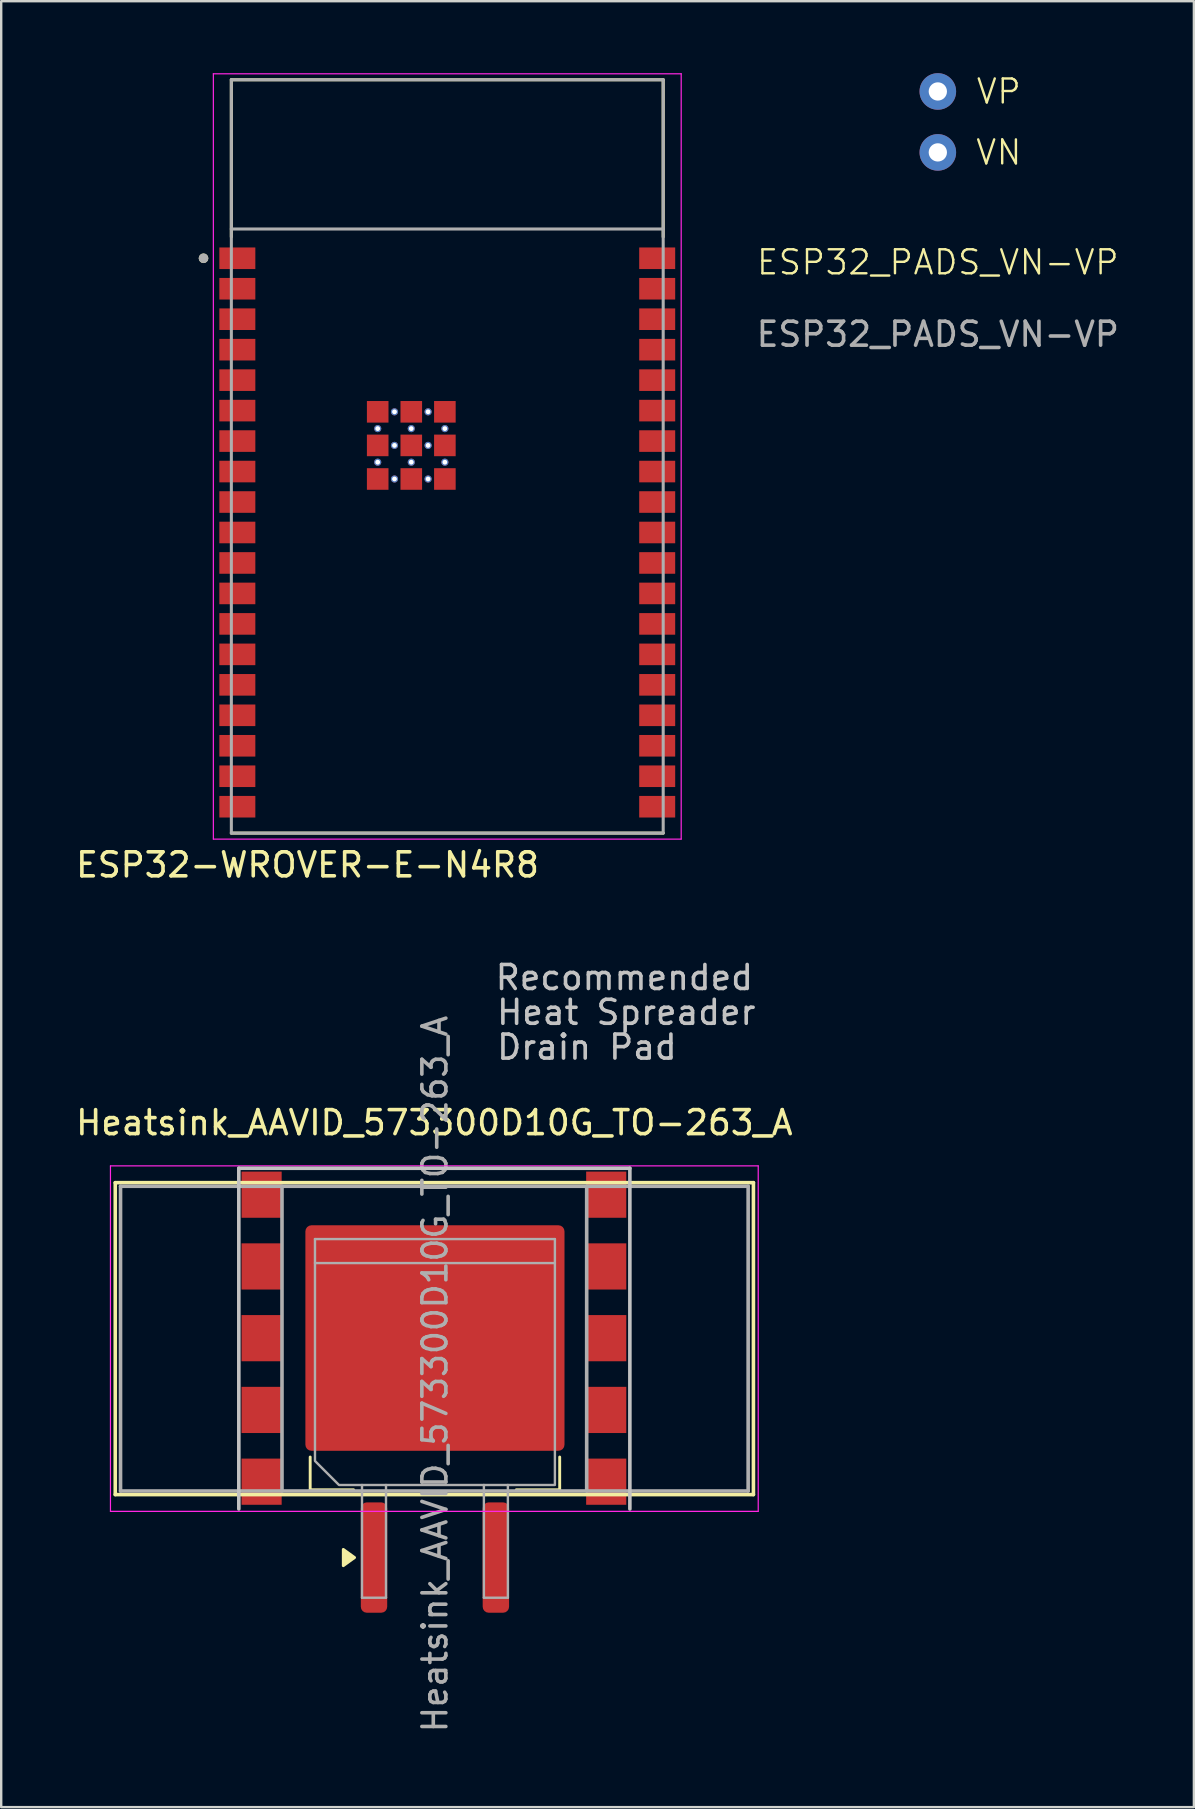
<source format=kicad_pcb>
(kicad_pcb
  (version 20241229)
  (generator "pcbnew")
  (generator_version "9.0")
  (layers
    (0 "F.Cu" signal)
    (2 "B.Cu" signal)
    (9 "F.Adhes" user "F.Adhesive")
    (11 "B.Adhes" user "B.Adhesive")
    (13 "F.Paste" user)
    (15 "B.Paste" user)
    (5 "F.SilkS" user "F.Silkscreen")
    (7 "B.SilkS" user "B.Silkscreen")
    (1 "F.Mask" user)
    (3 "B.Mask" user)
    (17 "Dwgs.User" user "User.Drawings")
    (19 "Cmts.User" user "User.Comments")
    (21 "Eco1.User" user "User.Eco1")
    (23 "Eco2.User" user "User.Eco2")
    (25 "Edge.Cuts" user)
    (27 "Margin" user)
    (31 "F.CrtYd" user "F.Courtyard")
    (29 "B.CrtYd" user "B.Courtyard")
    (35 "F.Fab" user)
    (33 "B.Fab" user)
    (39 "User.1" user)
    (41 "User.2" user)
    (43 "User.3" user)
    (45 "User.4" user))
  (footprint "ESP32_PADS_VN-VP"
    (layer "F.Cu")
    (at 36.04 8.382)
    (property "Reference" "ESP32_PADS_VN-VP" (at 0 -0.5 0) (unlocked yes) (layer "F.SilkS") (effects (font (size 1 1) (thickness 0.1))))
    (attr through_hole)
    (fp_text user "VN" (at 2.54 -5.08 0) (unlocked yes) (layer "F.SilkS") (effects (font (size 1 1) (thickness 0.1))))
    (fp_text user "VP" (at 2.54 -7.62 0) (unlocked yes) (layer "F.SilkS") (effects (font (size 1 1) (thickness 0.1))))
    (fp_text user "${REFERENCE}" (at 0 2.5 0) (unlocked yes) (layer "F.Fab") (effects (font (size 1 1) (thickness 0.15))))
    (pad "4" thru_hole circle (at 0 -7.62) (size 1.524 1.524) (drill 0.762) (layers "*.Cu" "*.Mask"))
    (pad "5" thru_hole circle (at 0 -5.08) (size 1.524 1.524) (drill 0.762) (layers "*.Cu" "*.Mask")))
  (footprint "Heatsink_AAVID_573300D10G_TO-263_A"
    (layer "F.Cu")
    (at 15.054 52.746)
    (property "Reference" "Heatsink_AAVID_573300D10G_TO-263_A" (at 0 -9 0) (layer "F.SilkS") (effects (font (size 1 1) (thickness 0.15))))
    (attr smd)
    (fp_line (start -13.3 -6.5) (end 13.3 -6.5) (stroke (width 0.15) (type solid)) (layer "F.SilkS"))
    (fp_line (start -13.3 6.5) (end -13.3 -6.5) (stroke (width 0.15) (type solid)) (layer "F.SilkS"))
    (fp_line (start -13.3 6.5) (end 13.3 6.5) (stroke (width 0.15) (type solid)) (layer "F.SilkS"))
    (fp_line (start -5.175 4.935) (end -5.175 6.3) (stroke (width 0.12) (type solid)) (layer "F.SilkS"))
    (fp_line (start -5.175 6.3) (end -3.365 6.3) (stroke (width 0.12) (type solid)) (layer "F.SilkS"))
    (fp_line (start 5.225 4.935) (end 5.225 6.3) (stroke (width 0.12) (type solid)) (layer "F.SilkS"))
    (fp_line (start 5.225 6.3) (end 3.415 6.3) (stroke (width 0.12) (type solid)) (layer "F.SilkS"))
    (fp_line (start 13.3 -6.5) (end 13.3 6.5) (stroke (width 0.15) (type solid)) (layer "F.SilkS"))
    (fp_poly (pts (xy -3.325 9.125) (xy -3.795 9.465) (xy -3.795 8.785)) (stroke (width 0.12) (type solid)) (fill yes) (layer "F.SilkS"))
    (fp_line (start -8.15 -7.1) (end 8.15 -7.1) (stroke (width 0.15) (type solid)) (layer "Dwgs.User"))
    (fp_line (start -8.15 7.1) (end -8.15 -7.1) (stroke (width 0.15) (type solid)) (layer "Dwgs.User"))
    (fp_line (start 8.15 7.1) (end 8.15 -7.1) (stroke (width 0.15) (type solid)) (layer "Dwgs.User"))
    (fp_line (start -13.5 -7.2) (end -13.5 7.2) (stroke (width 0.05) (type solid)) (layer "F.CrtYd"))
    (fp_line (start 13.5 -7.2) (end -13.5 -7.2) (stroke (width 0.05) (type solid)) (layer "F.CrtYd"))
    (fp_line (start 13.5 7.2) (end -13.5 7.2) (stroke (width 0.05) (type solid)) (layer "F.CrtYd"))
    (fp_line (start 13.5 7.2) (end 13.5 -7.2) (stroke (width 0.05) (type solid)) (layer "F.CrtYd"))
    (fp_line (start -13.08 -6.35) (end 13.08 -6.35) (stroke (width 0.15) (type solid)) (layer "F.Fab"))
    (fp_line (start -13.08 6.35) (end -13.08 -6.35) (stroke (width 0.15) (type solid)) (layer "F.Fab"))
    (fp_line (start -6.35 6.35) (end -6.35 -6.35) (stroke (width 0.15) (type solid)) (layer "F.Fab"))
    (fp_line (start -4.975 -4.15) (end 5.025 -4.15) (stroke (width 0.1) (type solid)) (layer "F.Fab"))
    (fp_line (start -4.975 -3.15) (end -4.975 -4.15) (stroke (width 0.1) (type solid)) (layer "F.Fab"))
    (fp_line (start -3.015 6.1) (end -3.015 10.8) (stroke (width 0.1) (type solid)) (layer "F.Fab"))
    (fp_line (start -3.015 10.8) (end -2.015 10.8) (stroke (width 0.1) (type solid)) (layer "F.Fab"))
    (fp_line (start -2.015 10.8) (end -2.015 6.1) (stroke (width 0.1) (type solid)) (layer "F.Fab"))
    (fp_line (start 2.065 6.1) (end 2.065 10.8) (stroke (width 0.1) (type solid)) (layer "F.Fab"))
    (fp_line (start 2.065 10.8) (end 3.065 10.8) (stroke (width 0.1) (type solid)) (layer "F.Fab"))
    (fp_line (start 3.065 10.8) (end 3.065 6.1) (stroke (width 0.1) (type solid)) (layer "F.Fab"))
    (fp_line (start 5.025 -4.15) (end 5.025 -3.15) (stroke (width 0.1) (type solid)) (layer "F.Fab"))
    (fp_line (start 6.35 6.35) (end 6.35 -6.35) (stroke (width 0.15) (type solid)) (layer "F.Fab"))
    (fp_line (start 13.08 -6.35) (end 13.08 6.35) (stroke (width 0.15) (type solid)) (layer "F.Fab"))
    (fp_line (start 13.08 6.35) (end -13.08 6.35) (stroke (width 0.15) (type solid)) (layer "F.Fab"))
    (fp_poly (pts (xy -4.975 -3.15) (xy 5.025 -3.15) (xy 5.025 6.1) (xy -3.975 6.1) (xy -4.975 5.1)) (stroke (width 0.1) (type solid)) (fill no) (layer "F.Fab"))
    (fp_text user "Recommended" (at 7.92 -15.05 0) (layer "Dwgs.User") (effects (font (size 1 1) (thickness 0.15))))
    (fp_text user "Heat Spreader" (at 8 -13.6 0) (layer "Dwgs.User") (effects (font (size 1 1) (thickness 0.15))))
    (fp_text user "Drain Pad" (at 6.36 -12.15 0) (layer "Dwgs.User") (effects (font (size 1 1) (thickness 0.15))))
    (fp_text user "${REFERENCE}" (at 0.025 1.475 90) (layer "F.Fab") (effects (font (size 1 1) (thickness 0.15))))
    (pad "" smd roundrect (at -2.75 -2.45 90) (size 4.55 5.25) (layers "F.Paste") (roundrect_rratio 0.055))
    (pad "" smd roundrect (at -2.75 2.4 90) (size 4.55 5.25) (layers "F.Paste") (roundrect_rratio 0.055))
    (pad "" smd roundrect (at 2.8 -2.45 90) (size 4.55 5.25) (layers "F.Paste") (roundrect_rratio 0.055))
    (pad "" smd roundrect (at 2.8 2.4 90) (size 4.55 5.25) (layers "F.Paste") (roundrect_rratio 0.055))
    (pad "1" smd roundrect (at -2.515 9.125 90) (size 4.6 1.1) (layers "F.Cu" "F.Mask" "F.Paste") (roundrect_rratio 0.227))
    (pad "2" smd rect (at -7.2 -6) (size 1.673 1.925) (layers "F.Cu" "F.Mask" "F.Paste"))
    (pad "2" smd rect (at -7.2 -3.009) (size 1.673 1.925) (layers "F.Cu" "F.Mask" "F.Paste"))
    (pad "2" smd rect (at -7.2 -0.019) (size 1.673 1.925) (layers "F.Cu" "F.Mask" "F.Paste"))
    (pad "2" smd rect (at -7.2 2.972) (size 1.673 1.925) (layers "F.Cu" "F.Mask" "F.Paste"))
    (pad "2" smd rect (at -7.2 5.963) (size 1.673 1.925) (layers "F.Cu" "F.Mask" "F.Paste"))
    (pad "2" smd roundrect (at 0.025 -0.025 90) (size 9.4 10.8) (layers "F.Cu" "F.Mask") (roundrect_rratio 0.027))
    (pad "2" smd rect (at 7.164 -6) (size 1.673 1.925) (layers "F.Cu" "F.Mask" "F.Paste"))
    (pad "2" smd rect (at 7.164 -3.009) (size 1.673 1.925) (layers "F.Cu" "F.Mask" "F.Paste"))
    (pad "2" smd rect (at 7.164 -0.019) (size 1.673 1.925) (layers "F.Cu" "F.Mask" "F.Paste"))
    (pad "2" smd rect (at 7.164 2.972) (size 1.673 1.925) (layers "F.Cu" "F.Mask" "F.Paste"))
    (pad "2" smd rect (at 7.164 5.963) (size 1.673 1.925) (layers "F.Cu" "F.Mask" "F.Paste"))
    (pad "3" smd roundrect (at 2.565 9.125 90) (size 4.6 1.1) (layers "F.Cu" "F.Mask" "F.Paste") (roundrect_rratio 0.227)))
  (footprint "ESP32-WROVER-E-N4R8"
    (layer "F.Cu")
    (at 15.593 15.975)
    (property "Reference" "ESP32-WROVER-E-N4R8" (at -5.825 17.025 0) (layer "F.SilkS") (effects (font (size 1 1) (thickness 0.15))))
    (attr smd)
    (fp_line (start -9 -15.7) (end -9 -9.15) (stroke (width 0.127) (type solid)) (layer "F.SilkS"))
    (fp_line (start -9 15.7) (end 9 15.7) (stroke (width 0.127) (type solid)) (layer "F.SilkS"))
    (fp_line (start 9 -15.7) (end -9 -15.7) (stroke (width 0.127) (type solid)) (layer "F.SilkS"))
    (fp_line (start 9 -9.15) (end 9 -15.7) (stroke (width 0.127) (type solid)) (layer "F.SilkS"))
    (fp_circle (center -10.16 -8.26) (end -10.06 -8.26) (stroke (width 0.2) (type solid)) (fill no) (layer "F.SilkS"))
    (fp_line (start -9.75 -15.95) (end -9.75 15.95) (stroke (width 0.05) (type solid)) (layer "F.CrtYd"))
    (fp_line (start -9.75 15.95) (end 9.75 15.95) (stroke (width 0.05) (type solid)) (layer "F.CrtYd"))
    (fp_line (start 9.75 -15.95) (end -9.75 -15.95) (stroke (width 0.05) (type solid)) (layer "F.CrtYd"))
    (fp_line (start 9.75 15.95) (end 9.75 -15.95) (stroke (width 0.05) (type solid)) (layer "F.CrtYd"))
    (fp_line (start -9 -15.7) (end -9 -9.48) (stroke (width 0.127) (type solid)) (layer "F.Fab"))
    (fp_line (start -9 -9.48) (end -9 15.7) (stroke (width 0.127) (type solid)) (layer "F.Fab"))
    (fp_line (start -9 15.7) (end 9 15.7) (stroke (width 0.127) (type solid)) (layer "F.Fab"))
    (fp_line (start 9 -15.7) (end -9 -15.7) (stroke (width 0.127) (type solid)) (layer "F.Fab"))
    (fp_line (start 9 -9.48) (end -9 -9.48) (stroke (width 0.127) (type solid)) (layer "F.Fab"))
    (fp_line (start 9 -9.48) (end 9 -15.7) (stroke (width 0.127) (type solid)) (layer "F.Fab"))
    (fp_line (start 9 15.7) (end 9 -9.48) (stroke (width 0.127) (type solid)) (layer "F.Fab"))
    (fp_circle (center -10.16 -8.26) (end -10.06 -8.26) (stroke (width 0.2) (type solid)) (fill no) (layer "F.Fab"))
    (pad "1" smd rect (at -8.75 -8.26) (size 1.5 0.9) (layers "F.Cu" "F.Mask" "F.Paste"))
    (pad "2" smd rect (at -8.75 -6.99) (size 1.5 0.9) (layers "F.Cu" "F.Mask" "F.Paste"))
    (pad "3" smd rect (at -8.75 -5.72) (size 1.5 0.9) (layers "F.Cu" "F.Mask" "F.Paste"))
    (pad "4" smd rect (at -8.75 -4.45) (size 1.5 0.9) (layers "F.Cu" "F.Mask" "F.Paste"))
    (pad "5" smd rect (at -8.75 -3.18) (size 1.5 0.9) (layers "F.Cu" "F.Mask" "F.Paste"))
    (pad "6" smd rect (at -8.75 -1.91) (size 1.5 0.9) (layers "F.Cu" "F.Mask" "F.Paste"))
    (pad "7" smd rect (at -8.75 -0.64) (size 1.5 0.9) (layers "F.Cu" "F.Mask" "F.Paste"))
    (pad "8" smd rect (at -8.75 0.63) (size 1.5 0.9) (layers "F.Cu" "F.Mask" "F.Paste"))
    (pad "9" smd rect (at -8.75 1.9) (size 1.5 0.9) (layers "F.Cu" "F.Mask" "F.Paste"))
    (pad "10" smd rect (at -8.75 3.17) (size 1.5 0.9) (layers "F.Cu" "F.Mask" "F.Paste"))
    (pad "11" smd rect (at -8.75 4.44) (size 1.5 0.9) (layers "F.Cu" "F.Mask" "F.Paste"))
    (pad "12" smd rect (at -8.75 5.71) (size 1.5 0.9) (layers "F.Cu" "F.Mask" "F.Paste"))
    (pad "13" smd rect (at -8.75 6.98) (size 1.5 0.9) (layers "F.Cu" "F.Mask" "F.Paste"))
    (pad "14" smd rect (at -8.75 8.25) (size 1.5 0.9) (layers "F.Cu" "F.Mask" "F.Paste"))
    (pad "15" smd rect (at -8.75 9.52) (size 1.5 0.9) (layers "F.Cu" "F.Mask" "F.Paste"))
    (pad "16" smd rect (at -8.75 10.79) (size 1.5 0.9) (layers "F.Cu" "F.Mask" "F.Paste"))
    (pad "17" smd rect (at -8.75 12.06) (size 1.5 0.9) (layers "F.Cu" "F.Mask" "F.Paste"))
    (pad "18" smd rect (at -8.75 13.33) (size 1.5 0.9) (layers "F.Cu" "F.Mask" "F.Paste"))
    (pad "19" smd rect (at -8.75 14.6) (size 1.5 0.9) (layers "F.Cu" "F.Mask" "F.Paste"))
    (pad "20" smd rect (at 8.75 14.6) (size 1.5 0.9) (layers "F.Cu" "F.Mask" "F.Paste"))
    (pad "21" smd rect (at 8.75 13.33) (size 1.5 0.9) (layers "F.Cu" "F.Mask" "F.Paste"))
    (pad "22" smd rect (at 8.75 12.06) (size 1.5 0.9) (layers "F.Cu" "F.Mask" "F.Paste"))
    (pad "23" smd rect (at 8.75 10.79) (size 1.5 0.9) (layers "F.Cu" "F.Mask" "F.Paste"))
    (pad "24" smd rect (at 8.75 9.52) (size 1.5 0.9) (layers "F.Cu" "F.Mask" "F.Paste"))
    (pad "25" smd rect (at 8.75 8.25) (size 1.5 0.9) (layers "F.Cu" "F.Mask" "F.Paste"))
    (pad "26" smd rect (at 8.75 6.98) (size 1.5 0.9) (layers "F.Cu" "F.Mask" "F.Paste"))
    (pad "27" smd rect (at 8.75 5.71) (size 1.5 0.9) (layers "F.Cu" "F.Mask" "F.Paste"))
    (pad "28" smd rect (at 8.75 4.44) (size 1.5 0.9) (layers "F.Cu" "F.Mask" "F.Paste"))
    (pad "29" smd rect (at 8.75 3.17) (size 1.5 0.9) (layers "F.Cu" "F.Mask" "F.Paste"))
    (pad "30" smd rect (at 8.75 1.9) (size 1.5 0.9) (layers "F.Cu" "F.Mask" "F.Paste"))
    (pad "31" smd rect (at 8.75 0.63) (size 1.5 0.9) (layers "F.Cu" "F.Mask" "F.Paste"))
    (pad "32" smd rect (at 8.75 -0.64) (size 1.5 0.9) (layers "F.Cu" "F.Mask" "F.Paste"))
    (pad "33" smd rect (at 8.75 -1.91) (size 1.5 0.9) (layers "F.Cu" "F.Mask" "F.Paste"))
    (pad "34" smd rect (at 8.75 -3.18) (size 1.5 0.9) (layers "F.Cu" "F.Mask" "F.Paste"))
    (pad "35" smd rect (at 8.75 -4.45) (size 1.5 0.9) (layers "F.Cu" "F.Mask" "F.Paste"))
    (pad "36" smd rect (at 8.75 -5.72) (size 1.5 0.9) (layers "F.Cu" "F.Mask" "F.Paste"))
    (pad "37" smd rect (at 8.75 -6.99) (size 1.5 0.9) (layers "F.Cu" "F.Mask" "F.Paste"))
    (pad "38" smd rect (at 8.75 -8.26) (size 1.5 0.9) (layers "F.Cu" "F.Mask" "F.Paste"))
    (pad "39_1" smd rect (at -2.9 -1.86) (size 0.9 0.9) (layers "F.Cu" "F.Mask" "F.Paste"))
    (pad "39_2" smd rect (at -1.5 -1.86) (size 0.9 0.9) (layers "F.Cu" "F.Mask" "F.Paste"))
    (pad "39_3" smd rect (at -0.1 -1.86) (size 0.9 0.9) (layers "F.Cu" "F.Mask" "F.Paste"))
    (pad "39_4" smd rect (at -2.9 -0.46) (size 0.9 0.9) (layers "F.Cu" "F.Mask" "F.Paste"))
    (pad "39_5" smd rect (at -1.5 -0.46) (size 0.9 0.9) (layers "F.Cu" "F.Mask" "F.Paste"))
    (pad "39_6" smd rect (at -0.1 -0.46) (size 0.9 0.9) (layers "F.Cu" "F.Mask" "F.Paste"))
    (pad "39_7" smd rect (at -2.9 0.94) (size 0.9 0.9) (layers "F.Cu" "F.Mask" "F.Paste"))
    (pad "39_8" smd rect (at -1.5 0.94) (size 0.9 0.9) (layers "F.Cu" "F.Mask" "F.Paste"))
    (pad "39_9" smd rect (at -0.1 0.94) (size 0.9 0.9) (layers "F.Cu" "F.Mask" "F.Paste"))
    (pad "40" thru_hole circle (at -2.2 -1.86) (size 0.3 0.3) (drill 0.2) (layers "*.Cu"))
    (pad "41" thru_hole circle (at -0.8 -1.86) (size 0.3 0.3) (drill 0.2) (layers "*.Cu"))
    (pad "42" thru_hole circle (at -2.9 -1.16) (size 0.3 0.3) (drill 0.2) (layers "*.Cu"))
    (pad "43" thru_hole circle (at -1.5 -1.16) (size 0.3 0.3) (drill 0.2) (layers "*.Cu"))
    (pad "44" thru_hole circle (at -0.1 -1.16) (size 0.3 0.3) (drill 0.2) (layers "*.Cu"))
    (pad "45" thru_hole circle (at -2.2 -0.46) (size 0.3 0.3) (drill 0.2) (layers "*.Cu"))
    (pad "46" thru_hole circle (at -0.8 -0.46) (size 0.3 0.3) (drill 0.2) (layers "*.Cu"))
    (pad "47" thru_hole circle (at -2.9 0.24) (size 0.3 0.3) (drill 0.2) (layers "*.Cu"))
    (pad "48" thru_hole circle (at -1.5 0.24) (size 0.3 0.3) (drill 0.2) (layers "*.Cu"))
    (pad "49" thru_hole circle (at -0.1 0.24) (size 0.3 0.3) (drill 0.2) (layers "*.Cu"))
    (pad "50" thru_hole circle (at -2.2 0.94) (size 0.3 0.3) (drill 0.2) (layers "*.Cu"))
    (pad "51" thru_hole circle (at -0.8 0.94) (size 0.3 0.3) (drill 0.2) (layers "*.Cu"))
    (zone (net_name "") (layer "F.Cu") (hatch full 0.508) (connect_pads) (min_thickness 0.01) (filled_areas_thickness no) (keepout (tracks not_allowed) (vias not_allowed) (pads not_allowed) (copperpour not_allowed) (footprints allowed)) (placement (enabled no)) (fill) (polygon (pts (xy 6.593 0.275) (xy 24.593 0.275) (xy 24.593 6.495) (xy 6.593 6.495))))
    (zone (net_name "") (layers "F.Cu" "B.Cu") (hatch full 0.508) (connect_pads) (min_thickness 0.01) (filled_areas_thickness no) (keepout (tracks allowed) (vias not_allowed) (pads allowed) (copperpour allowed) (footprints allowed)) (placement (enabled no)) (fill) (polygon (pts (xy 6.593 0.275) (xy 24.593 0.275) (xy 24.593 6.495) (xy 6.593 6.495)))))
  (gr_rect
    (start -3 -3)
    (end 46.713 72.275)
    (stroke (width 0.1) (type default))
    (fill no)
    (layer "Edge.Cuts")))
</source>
